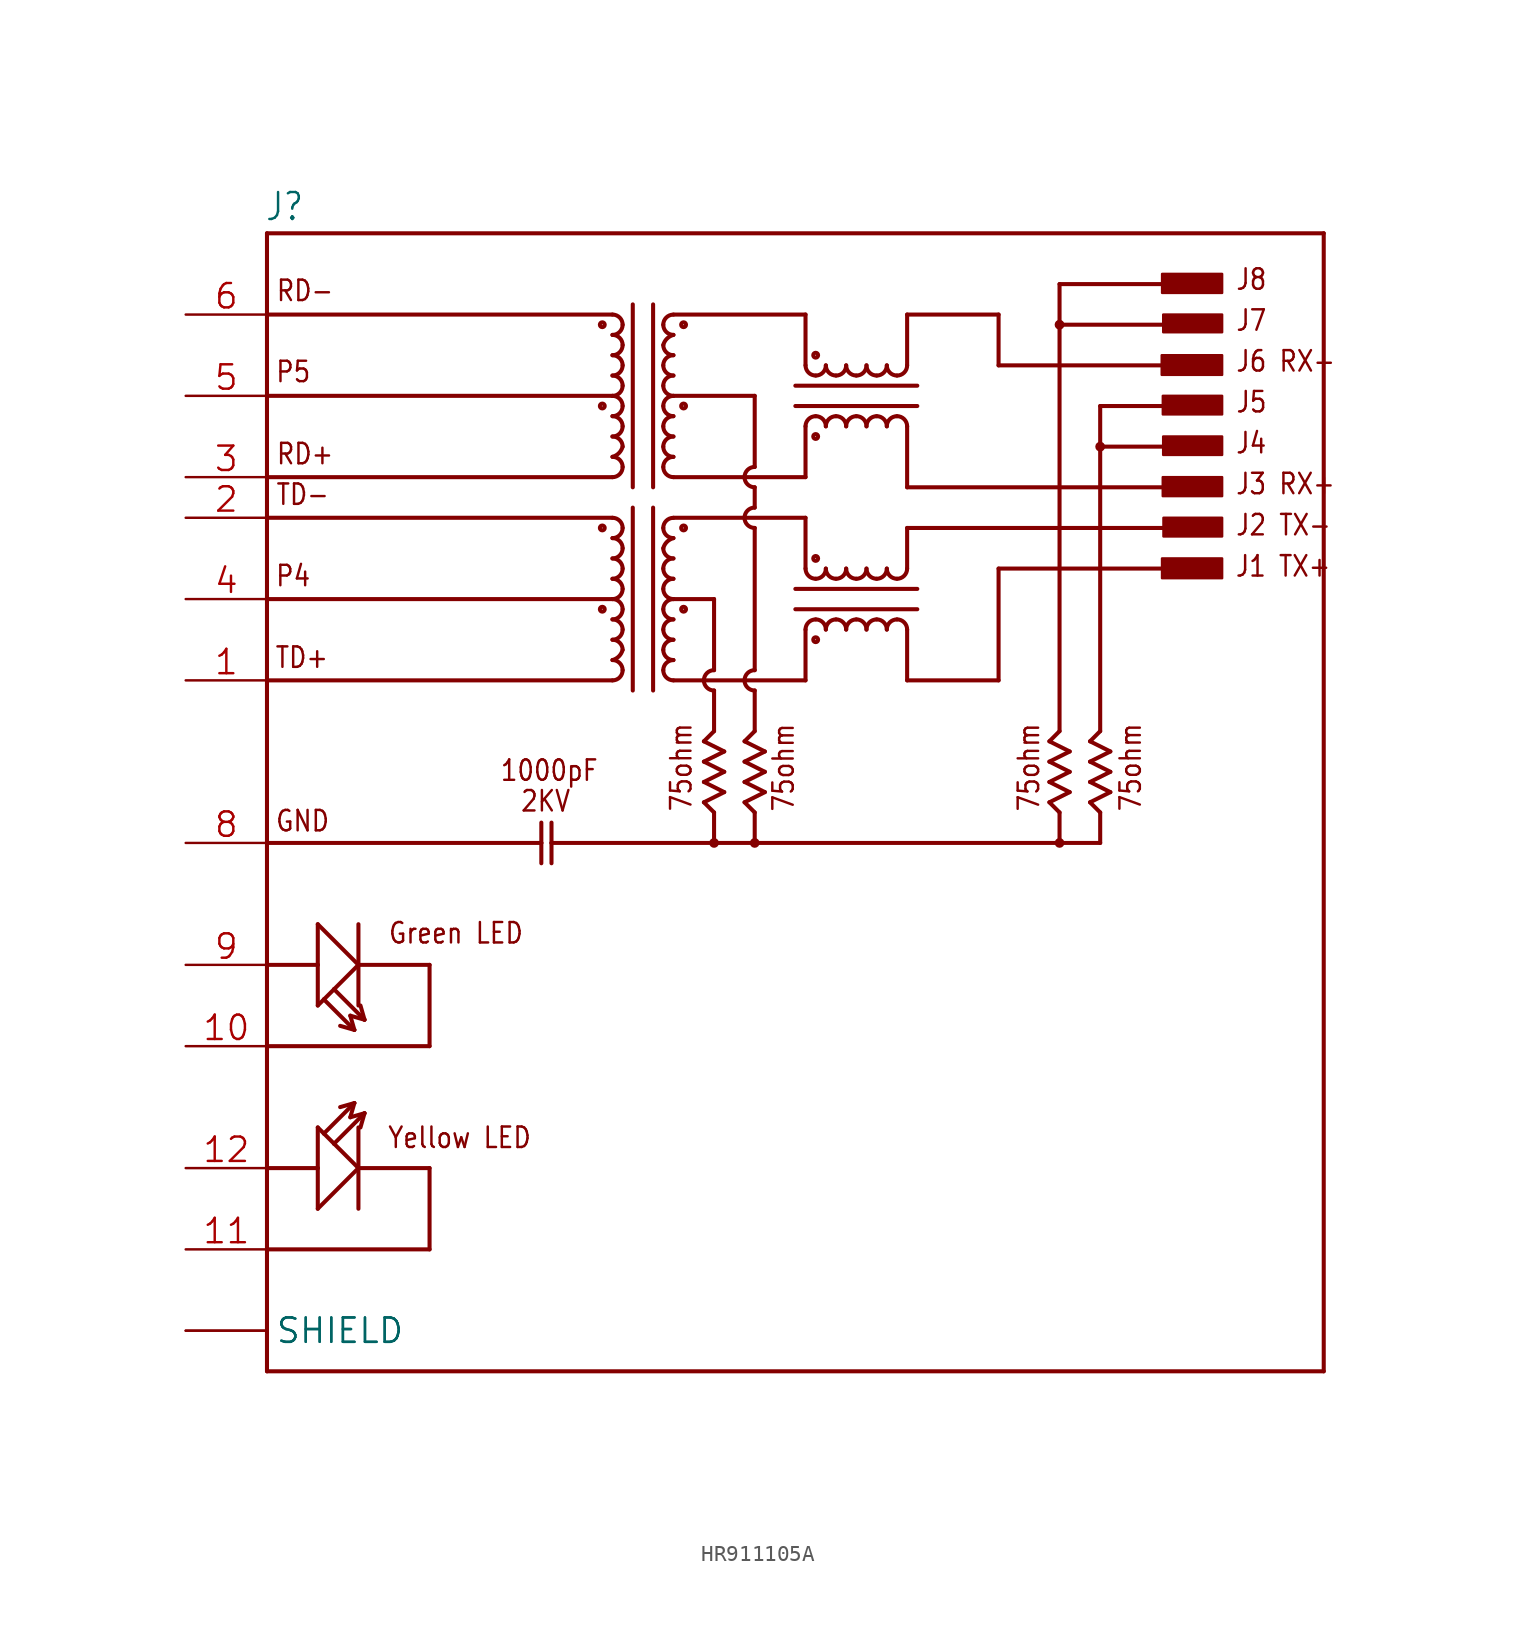
<source format=kicad_sym>
(kicad_symbol_lib
  (version 20241209)
  (generator "kicad_symbol_editor")
  (generator_version "9.0")
  (symbol "HR911105A"
    (property "Reference" "J"
      (at -33.178 36.241 0)
      (effects (font (size 1.684 1.432)) (justify left bottom)))
    (property "Value" ""
      (at -33.124 -38.22 0)
      (effects (font (size 1.682 1.429)) (justify left bottom)))
    (property "ki_locked" ""
      (at 0 0 0)
      (effects (font (size 1.27 1.27))))
    (symbol "HR911105A_1_0"
      (polyline (pts (xy -33.02 35.56) (xy 33.02 35.56)) (stroke (width 0.254) (type solid)) (fill (type none)))
      (polyline (pts (xy -33.02 20.32) (xy -11.43 20.32)) (stroke (width 0.254) (type solid)) (fill (type none)))
      (polyline (pts (xy -33.02 12.7) (xy -11.43 12.7)) (stroke (width 0.254) (type solid)) (fill (type none)))
      (polyline (pts (xy -33.02 -15.24) (xy -22.86 -15.24)) (stroke (width 0.254) (type solid)) (fill (type none)))
      (polyline (pts (xy -33.02 -27.94) (xy -22.86 -27.94)) (stroke (width 0.254) (type solid)) (fill (type none)))
      (polyline (pts (xy -33.02 -35.56) (xy -33.02 35.56)) (stroke (width 0.254) (type solid)) (fill (type none)))
      (polyline (pts (xy -29.845 -7.62) (xy -27.305 -10.16)) (stroke (width 0.254) (type solid)) (fill (type none)))
      (polyline (pts (xy -29.845 -10.16) (xy -33.02 -10.16)) (stroke (width 0.254) (type solid)) (fill (type none)))
      (polyline (pts (xy -29.845 -10.16) (xy -29.845 -7.62)) (stroke (width 0.254) (type solid)) (fill (type none)))
      (polyline (pts (xy -29.845 -12.7) (xy -29.845 -10.16)) (stroke (width 0.254) (type solid)) (fill (type none)))
      (polyline (pts (xy -29.845 -20.32) (xy -29.845 -22.86)) (stroke (width 0.254) (type solid)) (fill (type none)))
      (polyline (pts (xy -29.845 -22.86) (xy -33.02 -22.86)) (stroke (width 0.254) (type solid)) (fill (type none)))
      (polyline (pts (xy -29.845 -22.86) (xy -29.845 -25.4)) (stroke (width 0.254) (type solid)) (fill (type none)))
      (polyline (pts (xy -29.845 -25.4) (xy -27.305 -22.86)) (stroke (width 0.254) (type solid)) (fill (type none)))
      (polyline (pts (xy -29.464 -12.319) (xy -29.845 -12.7)) (stroke (width 0.254) (type solid)) (fill (type none)))
      (polyline (pts (xy -29.464 -12.319) (xy -27.559 -14.224)) (stroke (width 0.254) (type solid)) (fill (type none)))
      (polyline (pts (xy -29.464 -20.701) (xy -29.845 -20.32)) (stroke (width 0.254) (type solid)) (fill (type none)))
      (polyline (pts (xy -29.464 -20.701) (xy -27.559 -18.796)) (stroke (width 0.254) (type solid)) (fill (type none)))
      (polyline (pts (xy -28.829 -11.684) (xy -29.464 -12.319)) (stroke (width 0.254) (type solid)) (fill (type none)))
      (polyline (pts (xy -28.829 -11.684) (xy -26.924 -13.589)) (stroke (width 0.254) (type solid)) (fill (type none)))
      (polyline (pts (xy -28.829 -21.336) (xy -29.464 -20.701)) (stroke (width 0.254) (type solid)) (fill (type none)))
      (polyline (pts (xy -28.829 -21.336) (xy -26.924 -19.431)) (stroke (width 0.254) (type solid)) (fill (type none)))
      (polyline (pts (xy -27.559 -14.224) (xy -28.448 -13.97)) (stroke (width 0.254) (type solid)) (fill (type none)))
      (polyline (pts (xy -27.559 -14.224) (xy -27.813 -13.335)) (stroke (width 0.254) (type solid)) (fill (type none)))
      (polyline (pts (xy -27.559 -18.796) (xy -28.448 -19.05)) (stroke (width 0.254) (type solid)) (fill (type none)))
      (polyline (pts (xy -27.559 -18.796) (xy -27.813 -19.685)) (stroke (width 0.254) (type solid)) (fill (type none)))
      (polyline (pts (xy -27.305 -10.16) (xy -28.829 -11.684)) (stroke (width 0.254) (type solid)) (fill (type none)))
      (polyline (pts (xy -27.305 -10.16) (xy -27.305 -7.62)) (stroke (width 0.254) (type solid)) (fill (type none)))
      (polyline (pts (xy -27.305 -10.16) (xy -22.86 -10.16)) (stroke (width 0.254) (type solid)) (fill (type none)))
      (polyline (pts (xy -27.305 -12.7) (xy -27.305 -10.16)) (stroke (width 0.254) (type solid)) (fill (type none)))
      (polyline (pts (xy -27.305 -20.32) (xy -27.305 -22.86)) (stroke (width 0.254) (type solid)) (fill (type none)))
      (polyline (pts (xy -27.305 -22.86) (xy -28.829 -21.336)) (stroke (width 0.254) (type solid)) (fill (type none)))
      (polyline (pts (xy -27.305 -22.86) (xy -27.305 -25.4)) (stroke (width 0.254) (type solid)) (fill (type none)))
      (polyline (pts (xy -27.305 -22.86) (xy -22.86 -22.86)) (stroke (width 0.254) (type solid)) (fill (type none)))
      (polyline (pts (xy -26.924 -13.589) (xy -27.813 -13.335)) (stroke (width 0.254) (type solid)) (fill (type none)))
      (polyline (pts (xy -26.924 -13.589) (xy -27.178 -12.7)) (stroke (width 0.254) (type solid)) (fill (type none)))
      (polyline (pts (xy -26.924 -19.431) (xy -27.813 -19.685)) (stroke (width 0.254) (type solid)) (fill (type none)))
      (polyline (pts (xy -26.924 -19.431) (xy -27.178 -20.32)) (stroke (width 0.254) (type solid)) (fill (type none)))
      (polyline (pts (xy -22.86 -15.24) (xy -22.86 -10.16)) (stroke (width 0.254) (type solid)) (fill (type none)))
      (polyline (pts (xy -22.86 -27.94) (xy -22.86 -22.86)) (stroke (width 0.254) (type solid)) (fill (type none)))
      (polyline (pts (xy -15.875 -1.27) (xy -15.875 -2.54)) (stroke (width 0.254) (type solid)) (fill (type none)))
      (polyline (pts (xy -15.875 -2.54) (xy -33.02 -2.54)) (stroke (width 0.254) (type solid)) (fill (type none)))
      (polyline (pts (xy -15.875 -2.54) (xy -15.875 -3.81)) (stroke (width 0.254) (type solid)) (fill (type none)))
      (polyline (pts (xy -15.24 -2.54) (xy -15.24 -1.27)) (stroke (width 0.254) (type solid)) (fill (type none)))
      (polyline (pts (xy -15.24 -2.54) (xy -15.24 -3.81)) (stroke (width 0.254) (type solid)) (fill (type none)))
      (circle (center -12.065 29.845) (radius 0.152) (stroke (width 0.254) (type solid)) (fill (type none)))
      (circle (center -12.065 24.765) (radius 0.152) (stroke (width 0.254) (type solid)) (fill (type none)))
      (circle (center -12.065 17.145) (radius 0.152) (stroke (width 0.254) (type solid)) (fill (type none)))
      (circle (center -12.065 12.065) (radius 0.152) (stroke (width 0.254) (type solid)) (fill (type none)))
      (arc (start -10.795 22.2249) (mid -11.0274 21.8224) (end -11.43 21.59) (stroke (width 0.254) (type solid)) (fill (type none)))
      (arc (start -10.795 9.5249) (mid -11.0274 9.1224) (end -11.43 8.89) (stroke (width 0.254) (type solid)) (fill (type none)))
      (polyline (pts (xy -11.43 30.48) (xy -33.02 30.48)) (stroke (width 0.254) (type solid)) (fill (type none)))
      (arc (start -11.43 30.48) (mid -10.981 30.294) (end -10.795 29.845) (stroke (width 0.254) (type solid)) (fill (type none)))
      (arc (start -10.795 29.845) (mid -10.981 29.396) (end -11.43 29.21) (stroke (width 0.254) (type solid)) (fill (type none)))
      (arc (start -11.43 29.21) (mid -10.981 29.024) (end -10.795 28.575) (stroke (width 0.254) (type solid)) (fill (type none)))
      (arc (start -10.795 28.575) (mid -10.981 28.126) (end -11.43 27.94) (stroke (width 0.254) (type solid)) (fill (type none)))
      (arc (start -11.43 27.94) (mid -10.981 27.754) (end -10.795 27.305) (stroke (width 0.254) (type solid)) (fill (type none)))
      (arc (start -10.795 27.305) (mid -10.981 26.856) (end -11.43 26.67) (stroke (width 0.254) (type solid)) (fill (type none)))
      (arc (start -11.43 26.67) (mid -10.981 26.484) (end -10.795 26.035) (stroke (width 0.254) (type solid)) (fill (type none)))
      (arc (start -10.795 26.035) (mid -10.981 25.586) (end -11.43 25.4) (stroke (width 0.254) (type solid)) (fill (type none)))
      (polyline (pts (xy -11.43 25.4) (xy -33.02 25.4)) (stroke (width 0.254) (type solid)) (fill (type none)))
      (arc (start -11.43 25.4) (mid -10.981 25.214) (end -10.795 24.765) (stroke (width 0.254) (type solid)) (fill (type none)))
      (arc (start -10.795 24.765) (mid -10.981 24.316) (end -11.43 24.13) (stroke (width 0.254) (type solid)) (fill (type none)))
      (arc (start -11.43 24.13) (mid -10.981 23.944) (end -10.795 23.495) (stroke (width 0.254) (type solid)) (fill (type none)))
      (arc (start -10.795 23.495) (mid -10.981 23.046) (end -11.43 22.86) (stroke (width 0.254) (type solid)) (fill (type none)))
      (arc (start -11.43 22.86) (mid -10.981 22.674) (end -10.795 22.225) (stroke (width 0.254) (type solid)) (fill (type none)))
      (arc (start -11.43 21.59) (mid -10.981 21.404) (end -10.795 20.955) (stroke (width 0.254) (type solid)) (fill (type none)))
      (arc (start -10.795 20.955) (mid -10.981 20.506) (end -11.43 20.32) (stroke (width 0.254) (type solid)) (fill (type none)))
      (polyline (pts (xy -11.43 17.78) (xy -33.02 17.78)) (stroke (width 0.254) (type solid)) (fill (type none)))
      (arc (start -11.43 17.78) (mid -10.981 17.594) (end -10.795 17.145) (stroke (width 0.254) (type solid)) (fill (type none)))
      (arc (start -10.795 17.145) (mid -10.981 16.696) (end -11.43 16.51) (stroke (width 0.254) (type solid)) (fill (type none)))
      (arc (start -11.43 16.51) (mid -10.981 16.324) (end -10.795 15.875) (stroke (width 0.254) (type solid)) (fill (type none)))
      (arc (start -10.795 15.875) (mid -10.981 15.426) (end -11.43 15.24) (stroke (width 0.254) (type solid)) (fill (type none)))
      (arc (start -11.43 15.24) (mid -10.981 15.054) (end -10.795 14.605) (stroke (width 0.254) (type solid)) (fill (type none)))
      (arc (start -10.795 14.605) (mid -10.981 14.156) (end -11.43 13.97) (stroke (width 0.254) (type solid)) (fill (type none)))
      (arc (start -11.43 13.97) (mid -10.981 13.784) (end -10.795 13.335) (stroke (width 0.254) (type solid)) (fill (type none)))
      (arc (start -10.795 13.335) (mid -10.981 12.886) (end -11.43 12.7) (stroke (width 0.254) (type solid)) (fill (type none)))
      (arc (start -11.43 12.7) (mid -10.981 12.514) (end -10.795 12.065) (stroke (width 0.254) (type solid)) (fill (type none)))
      (arc (start -10.795 12.065) (mid -10.981 11.616) (end -11.43 11.43) (stroke (width 0.254) (type solid)) (fill (type none)))
      (arc (start -11.43 11.43) (mid -10.981 11.244) (end -10.795 10.795) (stroke (width 0.254) (type solid)) (fill (type none)))
      (arc (start -10.795 10.795) (mid -10.981 10.346) (end -11.43 10.16) (stroke (width 0.254) (type solid)) (fill (type none)))
      (arc (start -11.43 10.16) (mid -10.981 9.974) (end -10.795 9.525) (stroke (width 0.254) (type solid)) (fill (type none)))
      (arc (start -11.43 8.89) (mid -10.981 8.704) (end -10.795 8.255) (stroke (width 0.254) (type solid)) (fill (type none)))
      (arc (start -10.795 8.255) (mid -10.981 7.806) (end -11.43 7.62) (stroke (width 0.254) (type solid)) (fill (type none)))
      (polyline (pts (xy -11.43 7.62) (xy -33.02 7.62)) (stroke (width 0.254) (type solid)) (fill (type none)))
      (polyline (pts (xy -10.16 31.115) (xy -10.16 19.685)) (stroke (width 0.254) (type solid)) (fill (type none)))
      (polyline (pts (xy -10.16 18.415) (xy -10.16 6.985)) (stroke (width 0.254) (type solid)) (fill (type none)))
      (polyline (pts (xy -8.89 31.115) (xy -8.89 19.685)) (stroke (width 0.254) (type solid)) (fill (type none)))
      (polyline (pts (xy -8.89 18.415) (xy -8.89 6.985)) (stroke (width 0.254) (type solid)) (fill (type none)))
      (arc (start -8.255 29.845) (mid -8.069 30.294) (end -7.62 30.48) (stroke (width 0.254) (type solid)) (fill (type none)))
      (arc (start -7.62 29.21) (mid -8.069 29.396) (end -8.255 29.845) (stroke (width 0.254) (type solid)) (fill (type none)))
      (arc (start -7.62 27.94) (mid -8.069 28.126) (end -8.255 28.575) (stroke (width 0.254) (type solid)) (fill (type none)))
      (arc (start -8.255 27.305) (mid -8.069 27.754) (end -7.62 27.94) (stroke (width 0.254) (type solid)) (fill (type none)))
      (arc (start -7.62 26.67) (mid -8.069 26.856) (end -8.255 27.305) (stroke (width 0.254) (type solid)) (fill (type none)))
      (arc (start -8.255 26.035) (mid -8.069 26.484) (end -7.62 26.67) (stroke (width 0.254) (type solid)) (fill (type none)))
      (arc (start -7.62 25.4) (mid -8.069 25.586) (end -8.255 26.035) (stroke (width 0.254) (type solid)) (fill (type none)))
      (polyline (pts (xy -7.62 25.4) (xy -2.54 25.4)) (stroke (width 0.254) (type solid)) (fill (type none)))
      (arc (start -8.255 24.765) (mid -8.069 25.214) (end -7.62 25.4) (stroke (width 0.254) (type solid)) (fill (type none)))
      (arc (start -7.62 24.13) (mid -8.069 24.316) (end -8.255 24.765) (stroke (width 0.254) (type solid)) (fill (type none)))
      (arc (start -8.255 23.495) (mid -8.069 23.944) (end -7.62 24.13) (stroke (width 0.254) (type solid)) (fill (type none)))
      (arc (start -7.62 22.86) (mid -8.069 23.046) (end -8.255 23.495) (stroke (width 0.254) (type solid)) (fill (type none)))
      (arc (start -8.255 22.225) (mid -8.069 22.674) (end -7.62 22.86) (stroke (width 0.254) (type solid)) (fill (type none)))
      (arc (start -7.62 21.59) (mid -8.069 21.776) (end -8.255 22.225) (stroke (width 0.254) (type solid)) (fill (type none)))
      (arc (start -8.255 20.955) (mid -8.069 21.404) (end -7.62 21.59) (stroke (width 0.254) (type solid)) (fill (type none)))
      (arc (start -7.62 20.32) (mid -8.069 20.506) (end -8.255 20.955) (stroke (width 0.254) (type solid)) (fill (type none)))
      (polyline (pts (xy -7.62 20.32) (xy -3.175 20.32)) (stroke (width 0.254) (type solid)) (fill (type none)))
      (arc (start -8.255 17.145) (mid -8.069 17.594) (end -7.62 17.78) (stroke (width 0.254) (type solid)) (fill (type none)))
      (arc (start -7.62 16.51) (mid -8.069 16.696) (end -8.255 17.145) (stroke (width 0.254) (type solid)) (fill (type none)))
      (arc (start -7.62 15.24) (mid -8.069 15.426) (end -8.255 15.875) (stroke (width 0.254) (type solid)) (fill (type none)))
      (arc (start -8.255 14.605) (mid -8.069 15.054) (end -7.62 15.24) (stroke (width 0.254) (type solid)) (fill (type none)))
      (arc (start -7.62 13.97) (mid -8.069 14.156) (end -8.255 14.605) (stroke (width 0.254) (type solid)) (fill (type none)))
      (arc (start -8.255 13.335) (mid -8.069 13.784) (end -7.62 13.97) (stroke (width 0.254) (type solid)) (fill (type none)))
      (arc (start -7.62 12.7) (mid -8.069 12.886) (end -8.255 13.335) (stroke (width 0.254) (type solid)) (fill (type none)))
      (arc (start -8.255 12.065) (mid -8.069 12.514) (end -7.62 12.7) (stroke (width 0.254) (type solid)) (fill (type none)))
      (arc (start -7.62 11.43) (mid -8.069 11.616) (end -8.255 12.065) (stroke (width 0.254) (type solid)) (fill (type none)))
      (arc (start -8.255 10.795) (mid -8.069 11.244) (end -7.62 11.43) (stroke (width 0.254) (type solid)) (fill (type none)))
      (arc (start -7.62 10.16) (mid -8.069 10.346) (end -8.255 10.795) (stroke (width 0.254) (type solid)) (fill (type none)))
      (arc (start -8.255 9.525) (mid -8.069 9.974) (end -7.62 10.16) (stroke (width 0.254) (type solid)) (fill (type none)))
      (arc (start -7.62 8.89) (mid -8.069 9.076) (end -8.255 9.525) (stroke (width 0.254) (type solid)) (fill (type none)))
      (arc (start -8.255 8.255) (mid -8.069 8.704) (end -7.62 8.89) (stroke (width 0.254) (type solid)) (fill (type none)))
      (arc (start -7.62 7.62) (mid -8.069 7.806) (end -8.255 8.255) (stroke (width 0.254) (type solid)) (fill (type none)))
      (polyline (pts (xy -7.62 7.62) (xy -5.715 7.62)) (stroke (width 0.254) (type solid)) (fill (type none)))
      (arc (start -8.255 28.575) (mid -8.0226 28.9776) (end -7.62 29.21) (stroke (width 0.254) (type solid)) (fill (type none)))
      (arc (start -8.255 15.875) (mid -8.0226 16.2776) (end -7.62 16.51) (stroke (width 0.254) (type solid)) (fill (type none)))
      (circle (center -6.985 29.845) (radius 0.152) (stroke (width 0.254) (type solid)) (fill (type none)))
      (circle (center -6.985 24.765) (radius 0.152) (stroke (width 0.254) (type solid)) (fill (type none)))
      (circle (center -6.985 17.145) (radius 0.152) (stroke (width 0.254) (type solid)) (fill (type none)))
      (circle (center -6.985 12.065) (radius 0.152) (stroke (width 0.254) (type solid)) (fill (type none)))
      (polyline (pts (xy -5.715 7.62) (xy -3.175 7.62)) (stroke (width 0.254) (type solid)) (fill (type none)))
      (polyline (pts (xy -5.715 3.81) (xy -4.445 3.175)) (stroke (width 0.254) (type solid)) (fill (type none)))
      (polyline (pts (xy -5.715 2.54) (xy -4.445 1.905)) (stroke (width 0.254) (type solid)) (fill (type none)))
      (polyline (pts (xy -5.715 1.27) (xy -4.445 0.635)) (stroke (width 0.254) (type solid)) (fill (type none)))
      (polyline (pts (xy -5.715 0) (xy -5.08 -0.635)) (stroke (width 0.254) (type solid)) (fill (type none)))
      (polyline (pts (xy -5.08 12.7) (xy -7.62 12.7)) (stroke (width 0.254) (type solid)) (fill (type none)))
      (polyline (pts (xy -5.08 8.255) (xy -5.08 12.7)) (stroke (width 0.254) (type solid)) (fill (type none)))
      (arc (start -5.715 7.62) (mid -5.529 8.069) (end -5.08 8.255) (stroke (width 0.254) (type solid)) (fill (type none)))
      (arc (start -5.08 6.985) (mid -5.529 7.171) (end -5.715 7.62) (stroke (width 0.254) (type solid)) (fill (type none)))
      (polyline (pts (xy -5.08 6.985) (xy -5.08 4.445)) (stroke (width 0.254) (type solid)) (fill (type none)))
      (polyline (pts (xy -5.08 4.445) (xy -5.715 3.81)) (stroke (width 0.254) (type solid)) (fill (type none)))
      (polyline (pts (xy -5.08 -0.635) (xy -5.08 -2.54)) (stroke (width 0.254) (type solid)) (fill (type none)))
      (circle (center -5.08 -2.54) (radius 0.178) (stroke (width 0.254) (type solid)) (fill (type none)))
      (polyline (pts (xy -5.08 -2.54) (xy -15.24 -2.54)) (stroke (width 0.254) (type solid)) (fill (type none)))
      (polyline (pts (xy -4.445 3.175) (xy -5.715 2.54)) (stroke (width 0.254) (type solid)) (fill (type none)))
      (polyline (pts (xy -4.445 1.905) (xy -5.715 1.27)) (stroke (width 0.254) (type solid)) (fill (type none)))
      (polyline (pts (xy -4.445 0.635) (xy -5.715 0)) (stroke (width 0.254) (type solid)) (fill (type none)))
      (polyline (pts (xy -3.175 20.32) (xy 0.635 20.32)) (stroke (width 0.254) (type solid)) (fill (type none)))
      (polyline (pts (xy -3.175 17.78) (xy -7.62 17.78)) (stroke (width 0.254) (type solid)) (fill (type none)))
      (polyline (pts (xy -3.175 7.62) (xy 0.635 7.62)) (stroke (width 0.254) (type solid)) (fill (type none)))
      (polyline (pts (xy -3.175 3.81) (xy -1.905 3.175)) (stroke (width 0.254) (type solid)) (fill (type none)))
      (polyline (pts (xy -3.175 2.54) (xy -1.905 1.905)) (stroke (width 0.254) (type solid)) (fill (type none)))
      (polyline (pts (xy -3.175 1.27) (xy -1.905 0.635)) (stroke (width 0.254) (type solid)) (fill (type none)))
      (polyline (pts (xy -3.175 0) (xy -2.54 -0.635)) (stroke (width 0.254) (type solid)) (fill (type none)))
      (polyline (pts (xy -2.54 25.4) (xy -2.54 20.955)) (stroke (width 0.254) (type solid)) (fill (type none)))
      (arc (start -3.175 20.32) (mid -2.989 20.769) (end -2.54 20.955) (stroke (width 0.254) (type solid)) (fill (type none)))
      (arc (start -2.54 19.685) (mid -2.989 19.871) (end -3.175 20.32) (stroke (width 0.254) (type solid)) (fill (type none)))
      (polyline (pts (xy -2.54 19.685) (xy -2.54 18.415)) (stroke (width 0.254) (type solid)) (fill (type none)))
      (arc (start -3.175 17.78) (mid -2.989 18.229) (end -2.54 18.415) (stroke (width 0.254) (type solid)) (fill (type none)))
      (arc (start -2.54 17.145) (mid -2.989 17.331) (end -3.175 17.78) (stroke (width 0.254) (type solid)) (fill (type none)))
      (polyline (pts (xy -2.54 17.145) (xy -2.54 8.255)) (stroke (width 0.254) (type solid)) (fill (type none)))
      (arc (start -3.175 7.62) (mid -2.989 8.069) (end -2.54 8.255) (stroke (width 0.254) (type solid)) (fill (type none)))
      (arc (start -2.54 6.985) (mid -2.989 7.171) (end -3.175 7.62) (stroke (width 0.254) (type solid)) (fill (type none)))
      (polyline (pts (xy -2.54 6.985) (xy -2.54 4.445)) (stroke (width 0.254) (type solid)) (fill (type none)))
      (polyline (pts (xy -2.54 4.445) (xy -3.175 3.81)) (stroke (width 0.254) (type solid)) (fill (type none)))
      (polyline (pts (xy -2.54 -0.635) (xy -2.54 -2.54)) (stroke (width 0.254) (type solid)) (fill (type none)))
      (circle (center -2.54 -2.54) (radius 0.178) (stroke (width 0.254) (type solid)) (fill (type none)))
      (polyline (pts (xy -1.905 3.175) (xy -3.175 2.54)) (stroke (width 0.254) (type solid)) (fill (type none)))
      (polyline (pts (xy -1.905 1.905) (xy -3.175 1.27)) (stroke (width 0.254) (type solid)) (fill (type none)))
      (polyline (pts (xy -1.905 0.635) (xy -3.175 0)) (stroke (width 0.254) (type solid)) (fill (type none)))
      (polyline (pts (xy 0 26.035) (xy 7.62 26.035)) (stroke (width 0.254) (type solid)) (fill (type none)))
      (polyline (pts (xy 0 24.765) (xy 7.62 24.765)) (stroke (width 0.254) (type solid)) (fill (type none)))
      (polyline (pts (xy 0 13.335) (xy 7.62 13.335)) (stroke (width 0.254) (type solid)) (fill (type none)))
      (polyline (pts (xy 0 12.065) (xy 7.62 12.065)) (stroke (width 0.254) (type solid)) (fill (type none)))
      (polyline (pts (xy 0.635 30.48) (xy -7.62 30.48)) (stroke (width 0.254) (type solid)) (fill (type none)))
      (polyline (pts (xy 0.635 27.305) (xy 0.635 30.48)) (stroke (width 0.254) (type solid)) (fill (type none)))
      (polyline (pts (xy 0.635 20.32) (xy 0.635 23.495)) (stroke (width 0.254) (type solid)) (fill (type none)))
      (polyline (pts (xy 0.635 17.78) (xy -3.175 17.78)) (stroke (width 0.254) (type solid)) (fill (type none)))
      (polyline (pts (xy 0.635 14.605) (xy 0.635 17.78)) (stroke (width 0.254) (type solid)) (fill (type none)))
      (polyline (pts (xy 0.635 7.62) (xy 0.635 10.795)) (stroke (width 0.254) (type solid)) (fill (type none)))
      (circle (center 1.27 27.94) (radius 0.152) (stroke (width 0.254) (type solid)) (fill (type none)))
      (arc (start 1.27 26.67) (mid 0.821 26.856) (end 0.635 27.305) (stroke (width 0.254) (type solid)) (fill (type none)))
      (arc (start 1.905 27.305) (mid 1.719 26.856) (end 1.27 26.67) (stroke (width 0.254) (type solid)) (fill (type none)))
      (arc (start 0.635 23.495) (mid 0.821 23.944) (end 1.27 24.13) (stroke (width 0.254) (type solid)) (fill (type none)))
      (arc (start 1.27 24.13) (mid 1.719 23.944) (end 1.905 23.495) (stroke (width 0.254) (type solid)) (fill (type none)))
      (circle (center 1.27 22.86) (radius 0.152) (stroke (width 0.254) (type solid)) (fill (type none)))
      (circle (center 1.27 15.24) (radius 0.152) (stroke (width 0.254) (type solid)) (fill (type none)))
      (arc (start 1.27 13.97) (mid 0.821 14.156) (end 0.635 14.605) (stroke (width 0.254) (type solid)) (fill (type none)))
      (arc (start 1.905 14.605) (mid 1.719 14.156) (end 1.27 13.97) (stroke (width 0.254) (type solid)) (fill (type none)))
      (arc (start 0.635 10.795) (mid 0.821 11.244) (end 1.27 11.43) (stroke (width 0.254) (type solid)) (fill (type none)))
      (arc (start 1.27 11.43) (mid 1.719 11.244) (end 1.905 10.795) (stroke (width 0.254) (type solid)) (fill (type none)))
      (circle (center 1.27 10.16) (radius 0.152) (stroke (width 0.254) (type solid)) (fill (type none)))
      (arc (start 2.54 26.67) (mid 2.091 26.856) (end 1.905 27.305) (stroke (width 0.254) (type solid)) (fill (type none)))
      (arc (start 3.175 27.305) (mid 2.989 26.856) (end 2.54 26.67) (stroke (width 0.254) (type solid)) (fill (type none)))
      (arc (start 1.905 23.495) (mid 2.091 23.944) (end 2.54 24.13) (stroke (width 0.254) (type solid)) (fill (type none)))
      (arc (start 2.54 24.13) (mid 2.989 23.944) (end 3.175 23.495) (stroke (width 0.254) (type solid)) (fill (type none)))
      (arc (start 2.54 13.97) (mid 2.091 14.156) (end 1.905 14.605) (stroke (width 0.254) (type solid)) (fill (type none)))
      (arc (start 3.175 14.605) (mid 2.989 14.156) (end 2.54 13.97) (stroke (width 0.254) (type solid)) (fill (type none)))
      (arc (start 1.905 10.795) (mid 2.091 11.244) (end 2.54 11.43) (stroke (width 0.254) (type solid)) (fill (type none)))
      (arc (start 2.54 11.43) (mid 2.989 11.244) (end 3.175 10.795) (stroke (width 0.254) (type solid)) (fill (type none)))
      (arc (start 3.81 26.67) (mid 3.361 26.856) (end 3.175 27.305) (stroke (width 0.254) (type solid)) (fill (type none)))
      (arc (start 4.445 27.305) (mid 4.259 26.856) (end 3.81 26.67) (stroke (width 0.254) (type solid)) (fill (type none)))
      (arc (start 3.175 23.495) (mid 3.361 23.944) (end 3.81 24.13) (stroke (width 0.254) (type solid)) (fill (type none)))
      (arc (start 3.81 24.13) (mid 4.259 23.944) (end 4.445 23.495) (stroke (width 0.254) (type solid)) (fill (type none)))
      (arc (start 3.81 13.97) (mid 3.361 14.156) (end 3.175 14.605) (stroke (width 0.254) (type solid)) (fill (type none)))
      (arc (start 4.445 14.605) (mid 4.259 14.156) (end 3.81 13.97) (stroke (width 0.254) (type solid)) (fill (type none)))
      (arc (start 3.175 10.795) (mid 3.361 11.244) (end 3.81 11.43) (stroke (width 0.254) (type solid)) (fill (type none)))
      (arc (start 3.81 11.43) (mid 4.259 11.244) (end 4.445 10.795) (stroke (width 0.254) (type solid)) (fill (type none)))
      (arc (start 5.08 26.67) (mid 4.631 26.856) (end 4.445 27.305) (stroke (width 0.254) (type solid)) (fill (type none)))
      (arc (start 5.715 27.305) (mid 5.529 26.856) (end 5.08 26.67) (stroke (width 0.254) (type solid)) (fill (type none)))
      (arc (start 4.445 23.495) (mid 4.631 23.944) (end 5.08 24.13) (stroke (width 0.254) (type solid)) (fill (type none)))
      (arc (start 5.08 24.13) (mid 5.529 23.944) (end 5.715 23.495) (stroke (width 0.254) (type solid)) (fill (type none)))
      (arc (start 5.08 13.97) (mid 4.631 14.156) (end 4.445 14.605) (stroke (width 0.254) (type solid)) (fill (type none)))
      (arc (start 5.715 14.605) (mid 5.529 14.156) (end 5.08 13.97) (stroke (width 0.254) (type solid)) (fill (type none)))
      (arc (start 4.445 10.795) (mid 4.631 11.244) (end 5.08 11.43) (stroke (width 0.254) (type solid)) (fill (type none)))
      (arc (start 5.08 11.43) (mid 5.529 11.244) (end 5.715 10.795) (stroke (width 0.254) (type solid)) (fill (type none)))
      (arc (start 6.35 26.67) (mid 5.901 26.856) (end 5.715 27.305) (stroke (width 0.254) (type solid)) (fill (type none)))
      (arc (start 6.985 27.305) (mid 6.799 26.856) (end 6.35 26.67) (stroke (width 0.254) (type solid)) (fill (type none)))
      (arc (start 5.715 23.495) (mid 5.901 23.944) (end 6.35 24.13) (stroke (width 0.254) (type solid)) (fill (type none)))
      (arc (start 6.35 24.13) (mid 6.799 23.944) (end 6.985 23.495) (stroke (width 0.254) (type solid)) (fill (type none)))
      (arc (start 6.35 13.97) (mid 5.901 14.156) (end 5.715 14.605) (stroke (width 0.254) (type solid)) (fill (type none)))
      (arc (start 6.985 14.605) (mid 6.799 14.156) (end 6.35 13.97) (stroke (width 0.254) (type solid)) (fill (type none)))
      (arc (start 5.715 10.795) (mid 5.901 11.244) (end 6.35 11.43) (stroke (width 0.254) (type solid)) (fill (type none)))
      (arc (start 6.35 11.43) (mid 6.799 11.244) (end 6.985 10.795) (stroke (width 0.254) (type solid)) (fill (type none)))
      (polyline (pts (xy 6.985 30.48) (xy 6.985 27.305)) (stroke (width 0.254) (type solid)) (fill (type none)))
      (polyline (pts (xy 6.985 23.495) (xy 6.985 19.685)) (stroke (width 0.254) (type solid)) (fill (type none)))
      (polyline (pts (xy 6.985 17.145) (xy 6.985 14.605)) (stroke (width 0.254) (type solid)) (fill (type none)))
      (polyline (pts (xy 6.985 10.795) (xy 6.985 7.62)) (stroke (width 0.254) (type solid)) (fill (type none)))
      (polyline (pts (xy 12.7 30.48) (xy 6.985 30.48)) (stroke (width 0.254) (type solid)) (fill (type none)))
      (polyline (pts (xy 12.7 27.305) (xy 12.7 30.48)) (stroke (width 0.254) (type solid)) (fill (type none)))
      (polyline (pts (xy 12.7 14.605) (xy 12.7 7.62)) (stroke (width 0.254) (type solid)) (fill (type none)))
      (polyline (pts (xy 12.7 7.62) (xy 6.985 7.62)) (stroke (width 0.254) (type solid)) (fill (type none)))
      (polyline (pts (xy 15.875 3.81) (xy 17.145 3.175)) (stroke (width 0.254) (type solid)) (fill (type none)))
      (polyline (pts (xy 15.875 2.54) (xy 17.145 1.905)) (stroke (width 0.254) (type solid)) (fill (type none)))
      (polyline (pts (xy 15.875 1.27) (xy 17.145 0.635)) (stroke (width 0.254) (type solid)) (fill (type none)))
      (polyline (pts (xy 15.875 0) (xy 16.51 -0.635)) (stroke (width 0.254) (type solid)) (fill (type none)))
      (polyline (pts (xy 16.51 32.385) (xy 16.51 29.845)) (stroke (width 0.254) (type solid)) (fill (type none)))
      (polyline (pts (xy 16.51 29.845) (xy 16.51 4.445)) (stroke (width 0.254) (type solid)) (fill (type none)))
      (polyline (pts (xy 16.51 29.845) (xy 23.495 29.845)) (stroke (width 0.254) (type solid)) (fill (type none)))
      (circle (center 16.51 29.845) (radius 0.18) (stroke (width 0.254) (type solid)) (fill (type none)))
      (polyline (pts (xy 16.51 4.445) (xy 15.875 3.81)) (stroke (width 0.254) (type solid)) (fill (type none)))
      (polyline (pts (xy 16.51 -0.635) (xy 16.51 -2.54)) (stroke (width 0.254) (type solid)) (fill (type none)))
      (circle (center 16.51 -2.54) (radius 0.178) (stroke (width 0.254) (type solid)) (fill (type none)))
      (polyline (pts (xy 17.145 3.175) (xy 15.875 2.54)) (stroke (width 0.254) (type solid)) (fill (type none)))
      (polyline (pts (xy 17.145 1.905) (xy 15.875 1.27)) (stroke (width 0.254) (type solid)) (fill (type none)))
      (polyline (pts (xy 17.145 0.635) (xy 15.875 0)) (stroke (width 0.254) (type solid)) (fill (type none)))
      (polyline (pts (xy 18.415 3.81) (xy 19.685 3.175)) (stroke (width 0.254) (type solid)) (fill (type none)))
      (polyline (pts (xy 18.415 2.54) (xy 19.685 1.905)) (stroke (width 0.254) (type solid)) (fill (type none)))
      (polyline (pts (xy 18.415 1.27) (xy 19.685 0.635)) (stroke (width 0.254) (type solid)) (fill (type none)))
      (polyline (pts (xy 18.415 0) (xy 19.05 -0.635)) (stroke (width 0.254) (type solid)) (fill (type none)))
      (polyline (pts (xy 19.05 24.765) (xy 19.05 22.225)) (stroke (width 0.254) (type solid)) (fill (type none)))
      (polyline (pts (xy 19.05 22.225) (xy 19.05 4.445)) (stroke (width 0.254) (type solid)) (fill (type none)))
      (polyline (pts (xy 19.05 22.225) (xy 23.495 22.225)) (stroke (width 0.254) (type solid)) (fill (type none)))
      (circle (center 19.05 22.225) (radius 0.18) (stroke (width 0.254) (type solid)) (fill (type none)))
      (polyline (pts (xy 19.05 4.445) (xy 18.415 3.81)) (stroke (width 0.254) (type solid)) (fill (type none)))
      (polyline (pts (xy 19.05 -0.635) (xy 19.05 -2.54)) (stroke (width 0.254) (type solid)) (fill (type none)))
      (polyline (pts (xy 19.05 -2.54) (xy -5.08 -2.54)) (stroke (width 0.254) (type solid)) (fill (type none)))
      (polyline (pts (xy 19.685 3.175) (xy 18.415 2.54)) (stroke (width 0.254) (type solid)) (fill (type none)))
      (polyline (pts (xy 19.685 1.905) (xy 18.415 1.27)) (stroke (width 0.254) (type solid)) (fill (type none)))
      (polyline (pts (xy 19.685 0.635) (xy 18.415 0)) (stroke (width 0.254) (type solid)) (fill (type none)))
      (rectangle (start 22.895 26.711) (end 26.67 27.94) (stroke (width 0) (type default)) (fill (type outline)))
      (rectangle (start 22.915 14.004) (end 26.67 15.24) (stroke (width 0) (type default)) (fill (type outline)))
      (rectangle (start 22.919 31.833) (end 26.67 33.02) (stroke (width 0) (type default)) (fill (type outline)))
      (rectangle (start 22.96 19.133) (end 26.67 20.32) (stroke (width 0) (type default)) (fill (type outline)))
      (rectangle (start 22.964 24.24) (end 26.67 25.4) (stroke (width 0) (type default)) (fill (type outline)))
      (rectangle (start 22.986 21.709) (end 26.67 22.86) (stroke (width 0) (type default)) (fill (type outline)))
      (rectangle (start 22.989 29.375) (end 26.67 30.48) (stroke (width 0) (type default)) (fill (type outline)))
      (rectangle (start 23.004 16.614) (end 26.67 17.78) (stroke (width 0) (type default)) (fill (type outline)))
      (polyline (pts (xy 23.495 32.385) (xy 16.51 32.385)) (stroke (width 0.254) (type solid)) (fill (type none)))
      (polyline (pts (xy 23.495 27.305) (xy 12.7 27.305)) (stroke (width 0.254) (type solid)) (fill (type none)))
      (polyline (pts (xy 23.495 24.765) (xy 19.05 24.765)) (stroke (width 0.254) (type solid)) (fill (type none)))
      (polyline (pts (xy 23.495 19.685) (xy 6.985 19.685)) (stroke (width 0.254) (type solid)) (fill (type none)))
      (polyline (pts (xy 23.495 17.145) (xy 6.985 17.145)) (stroke (width 0.254) (type solid)) (fill (type none)))
      (polyline (pts (xy 23.495 14.605) (xy 12.7 14.605)) (stroke (width 0.254) (type solid)) (fill (type none)))
      (polyline (pts (xy 33.02 35.56) (xy 33.02 -35.56)) (stroke (width 0.254) (type solid)) (fill (type none)))
      (polyline (pts (xy 33.02 -35.56) (xy -33.02 -35.56)) (stroke (width 0.254) (type solid)) (fill (type none)))
      (text "TD+" (at -32.569 8.302 0) (effects (font (size 1.277 1.086)) (justify left bottom)))
      (text "GND" (at -32.548 -1.915 0) (effects (font (size 1.276 1.085)) (justify left bottom)))
      (text "P4" (at -32.544 13.401 0) (effects (font (size 1.276 1.085)) (justify left bottom)))
      (text "P5" (at -32.535 26.155 0) (effects (font (size 1.276 1.084)) (justify left bottom)))
      (text "TD-" (at -32.514 18.488 0) (effects (font (size 1.275 1.084)) (justify left bottom)))
      (text "RD-" (at -32.499 31.224 0) (effects (font (size 1.274 1.083)) (justify left bottom)))
      (text "RD+" (at -32.493 21.025 0) (effects (font (size 1.274 1.083)) (justify left bottom)))
      (text "Yellow LED" (at -25.535 -21.705 0) (effects (font (size 1.279 1.087)) (justify left bottom)))
      (text "Green LED" (at -25.492 -8.922 0) (effects (font (size 1.276 1.084)) (justify left bottom)))
      (text "1000pF" (at -18.501 1.242 0) (effects (font (size 1.276 1.085)) (justify left bottom)))
      (text "2KV" (at -17.231 -0.672 0) (effects (font (size 1.276 1.085)) (justify left bottom)))
      (text "75ohm" (at -6.39 -0.655 900) (effects (font (size 1.278 1.086)) (justify left bottom)))
      (text "75ohm" (at 0 -0.667 900) (effects (font (size 1.276 1.084)) (justify left bottom)))
      (text "75ohm" (at 15.335 -0.662 900) (effects (font (size 1.278 1.086)) (justify left bottom)))
      (text "75ohm" (at 21.692 -0.655 900) (effects (font (size 1.276 1.085)) (justify left bottom)))
      (text "J1 TX+" (at 27.439 14.007 0) (effects (font (size 1.276 1.085)) (justify left bottom)))
      (text "J3 RX+" (at 27.457 19.152 0) (effects (font (size 1.277 1.085)) (justify left bottom)))
      (text "J2 TX-" (at 27.457 16.581 0) (effects (font (size 1.277 1.086)) (justify left bottom)))
      (text "J4" (at 27.459 21.705 0) (effects (font (size 1.277 1.086)) (justify left bottom)))
      (text "J8" (at 27.468 31.93 0) (effects (font (size 1.278 1.086)) (justify left bottom)))
      (text "J6 RX-" (at 27.468 26.817 0) (effects (font (size 1.278 1.086)) (justify left bottom)))
      (text "J7" (at 27.469 29.367 0) (effects (font (size 1.278 1.086)) (justify left bottom)))
      (text "J5" (at 27.477 24.265 0) (effects (font (size 1.278 1.086)) (justify left bottom)))
      (pin passive line (at -38.1 30.48 0) (length 5.08) (name "RD-" (effects (font (size 0 0)))) (number "6" (effects (font (size 1.524 1.524)))))
      (pin passive line (at -38.1 25.4 0) (length 5.08) (name "P5" (effects (font (size 0 0)))) (number "5" (effects (font (size 1.524 1.524)))))
      (pin passive line (at -38.1 20.32 0) (length 5.08) (name "RD+" (effects (font (size 0 0)))) (number "3" (effects (font (size 1.524 1.524)))))
      (pin passive line (at -38.1 17.78 0) (length 5.08) (name "TD-" (effects (font (size 0 0)))) (number "2" (effects (font (size 1.524 1.524)))))
      (pin passive line (at -38.1 12.7 0) (length 5.08) (name "P4" (effects (font (size 0 0)))) (number "4" (effects (font (size 1.524 1.524)))))
      (pin passive line (at -38.1 7.62 0) (length 5.08) (name "TD+" (effects (font (size 0 0)))) (number "1" (effects (font (size 1.524 1.524)))))
      (pin power_in line (at -38.1 -2.54 0) (length 5.08) (name "GND" (effects (font (size 0 0)))) (number "8" (effects (font (size 1.524 1.524)))))
      (pin passive line (at -38.1 -10.16 0) (length 5.08) (name "GA" (effects (font (size 0 0)))) (number "9" (effects (font (size 1.524 1.524)))))
      (pin passive line (at -38.1 -15.24 0) (length 5.08) (name "GC" (effects (font (size 0 0)))) (number "10" (effects (font (size 1.524 1.524)))))
      (pin passive line (at -38.1 -22.86 0) (length 5.08) (name "YA" (effects (font (size 0 0)))) (number "12" (effects (font (size 1.524 1.524)))))
      (pin passive line (at -38.1 -27.94 0) (length 5.08) (name "YC" (effects (font (size 0 0)))) (number "11" (effects (font (size 1.524 1.524)))))
      (pin passive line (at -38.1 -33.02 0) (length 5.08) (name "SHIELD" (effects (font (size 1.524 1.524)))) (number "15" (effects (font (size 0 0)))))
      (pin passive line (at -38.1 -33.02 0) (length 5.08) (name "SHIELD" (effects (font (size 1.524 1.524)))) (number "16" (effects (font (size 0 0))))))))
</source>
